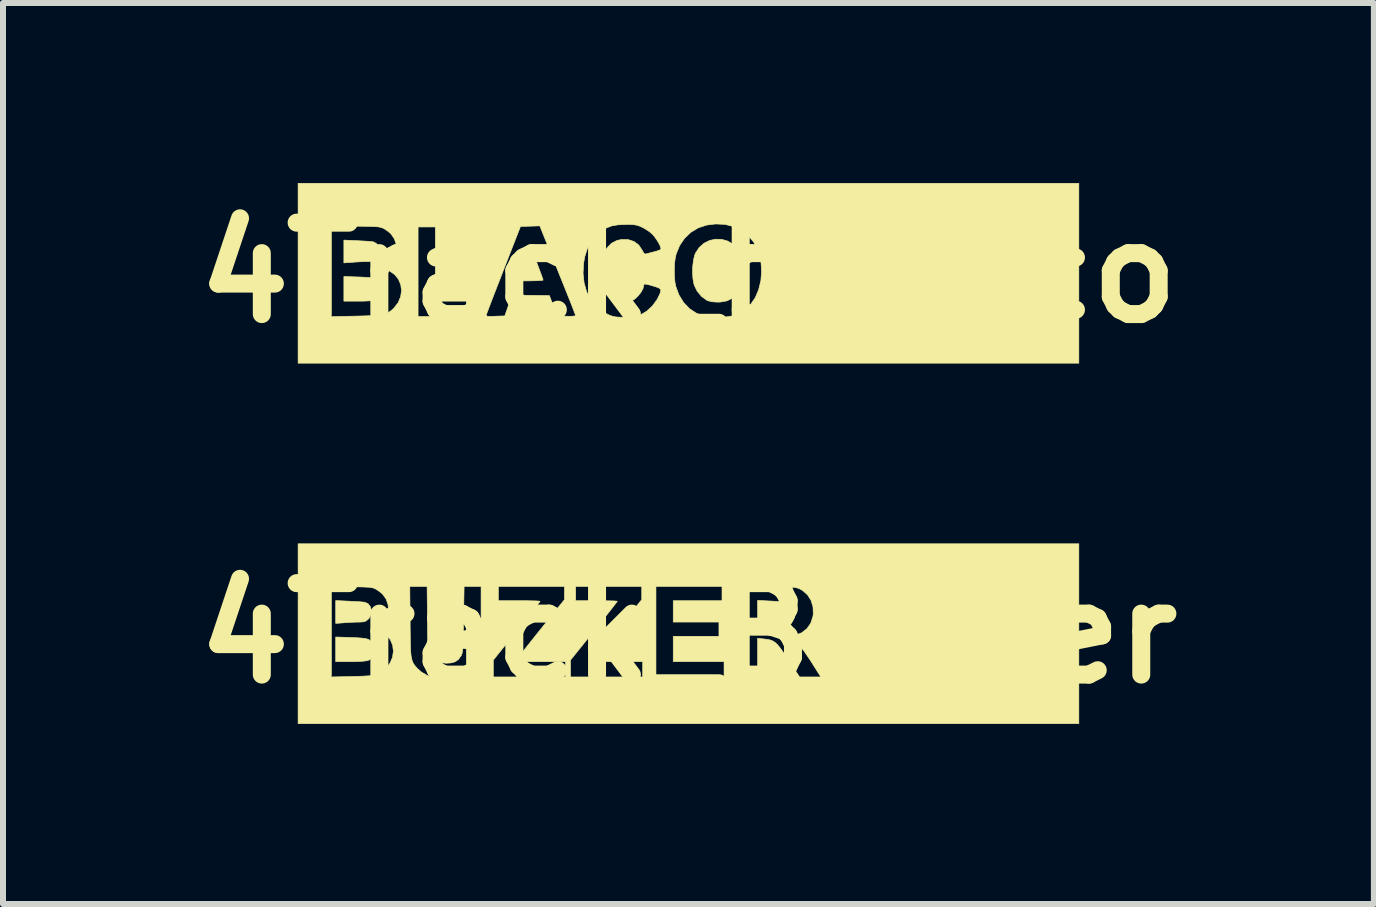
<source format=kicad_pcb>
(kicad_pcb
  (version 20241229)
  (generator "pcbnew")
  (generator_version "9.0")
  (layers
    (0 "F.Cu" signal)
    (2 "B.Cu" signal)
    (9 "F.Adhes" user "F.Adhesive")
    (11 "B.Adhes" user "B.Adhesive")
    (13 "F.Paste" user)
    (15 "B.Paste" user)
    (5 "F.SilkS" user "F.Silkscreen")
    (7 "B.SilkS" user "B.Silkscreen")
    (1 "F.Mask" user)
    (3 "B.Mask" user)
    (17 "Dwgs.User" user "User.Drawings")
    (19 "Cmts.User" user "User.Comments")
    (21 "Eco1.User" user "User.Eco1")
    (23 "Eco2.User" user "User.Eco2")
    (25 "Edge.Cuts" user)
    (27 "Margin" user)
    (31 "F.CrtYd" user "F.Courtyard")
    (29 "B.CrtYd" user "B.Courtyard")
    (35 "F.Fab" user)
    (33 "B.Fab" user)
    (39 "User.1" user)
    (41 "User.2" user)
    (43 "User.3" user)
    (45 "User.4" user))
  (footprint "4Track_Buzzer"
    (layer "F.Cu")
    (at 8.426 7.505)
    (property "Reference" "4Track_Buzzer" (at 0 0 0) (layer "F.SilkS") (effects (font (size 1.524 1.524) (thickness 0.3))))
    (attr through_hole)
    (fp_poly (pts (xy -5.63 0.071) (xy -5.52 0.076) (xy -5.438 0.082) (xy -5.38 0.09) (xy -5.34 0.101) (xy -5.325 0.108) (xy -5.268 0.153) (xy -5.234 0.214) (xy -5.223 0.281) (xy -5.234 0.347) (xy -5.267 0.404) (xy -5.322 0.446) (xy -5.35 0.457) (xy -5.391 0.463) (xy -5.457 0.469) (xy -5.54 0.473) (xy -5.631 0.474) (xy -5.647 0.474) (xy -5.88 0.474) (xy -5.88 0.063) (xy -5.63 0.071)) (stroke (width 0.01) (type solid)) (fill yes) (layer "F.SilkS"))
    (fp_poly (pts (xy 1.394 -0.535) (xy 1.485 -0.53) (xy 1.567 -0.523) (xy 1.634 -0.515) (xy 1.676 -0.507) (xy 1.683 -0.505) (xy 1.733 -0.469) (xy 1.766 -0.411) (xy 1.779 -0.341) (xy 1.768 -0.269) (xy 1.76 -0.247) (xy 1.74 -0.211) (xy 1.713 -0.185) (xy 1.675 -0.167) (xy 1.62 -0.154) (xy 1.544 -0.146) (xy 1.439 -0.14) (xy 1.403 -0.139) (xy 1.152 -0.131) (xy 1.152 -0.547) (xy 1.394 -0.535)) (stroke (width 0.01) (type solid)) (fill yes) (layer "F.SilkS"))
    (fp_poly (pts (xy -5.655 -0.534) (xy -5.568 -0.529) (xy -5.491 -0.525) (xy -5.431 -0.52) (xy -5.396 -0.516) (xy -5.393 -0.516) (xy -5.339 -0.489) (xy -5.302 -0.442) (xy -5.286 -0.381) (xy -5.291 -0.317) (xy -5.319 -0.256) (xy -5.336 -0.236) (xy -5.372 -0.206) (xy -5.408 -0.191) (xy -5.461 -0.187) (xy -5.478 -0.186) (xy -5.538 -0.185) (xy -5.618 -0.182) (xy -5.702 -0.177) (xy -5.725 -0.175) (xy -5.88 -0.164) (xy -5.88 -0.544) (xy -5.655 -0.534)) (stroke (width 0.01) (type solid)) (fill yes) (layer "F.SilkS"))
    (fp_poly (pts (xy 6.507 1.508) (xy -6.507 1.508) (xy -6.507 0.733) (xy -6.168 0.733) (xy -5.715 0.724) (xy -5.548 0.72) (xy -5.414 0.715) (xy -5.311 0.709) (xy -5.239 0.702) (xy -5.195 0.693) (xy -5.194 0.693) (xy -5.145 0.668) (xy -5.088 0.628) (xy -5.046 0.591) (xy -4.976 0.5) (xy -4.933 0.401) (xy -4.919 0.299) (xy -4.931 0.199) (xy -4.971 0.107) (xy -5.036 0.028) (xy -5.122 -0.031) (xy -5.202 -0.071) (xy -5.137 -0.119) (xy -5.066 -0.189) (xy -5.021 -0.276) (xy -5.001 -0.373) (xy -5.007 -0.472) (xy -5.039 -0.568) (xy -5.097 -0.65) (xy -5.143 -0.689) (xy -5.198 -0.727) (xy -5.21 -0.734) (xy -5.233 -0.746) (xy -5.257 -0.754) (xy -5.287 -0.761) (xy -5.327 -0.766) (xy -5.383 -0.769) (xy -5.458 -0.772) (xy -5.556 -0.774) (xy -5.683 -0.776) (xy -5.723 -0.776) (xy -5.965 -0.779) (xy -4.645 -0.779) (xy -4.64 -0.191) (xy -4.638 -0.025) (xy -4.636 0.11) (xy -4.634 0.218) (xy -4.63 0.304) (xy -4.624 0.372) (xy -4.615 0.424) (xy -4.603 0.465) (xy -4.588 0.499) (xy -4.569 0.529) (xy -4.544 0.559) (xy -4.524 0.583) (xy -4.449 0.649) (xy -4.353 0.704) (xy -4.287 0.731) (xy -4.254 0.735) (xy -4.196 0.739) (xy -4.119 0.741) (xy -4.033 0.74) (xy -4.024 0.74) (xy -3.93 0.738) (xy -3.862 0.734) (xy -3.812 0.727) (xy -3.773 0.717) (xy -3.737 0.701) (xy -3.728 0.697) (xy -3.628 0.633) (xy -3.556 0.557) (xy -3.506 0.463) (xy -3.503 0.448) (xy -3.253 0.448) (xy -3.253 0.729) (xy -2.05 0.729) (xy -2.05 0.474) (xy -2.465 0.474) (xy -2.58 0.474) (xy -2.682 0.473) (xy -2.768 0.471) (xy -2.833 0.468) (xy -2.871 0.466) (xy -2.881 0.463) (xy -2.87 0.448) (xy -1.966 0.448) (xy -1.966 0.729) (xy -0.763 0.729) (xy -0.763 0.474) (xy -1.178 0.474) (xy -1.292 0.474) (xy -1.395 0.473) (xy -1.48 0.471) (xy -1.545 0.468) (xy -1.584 0.466) (xy -1.593 0.463) (xy -1.583 0.448) (xy -1.553 0.409) (xy -1.507 0.35) (xy -1.447 0.273) (xy -1.375 0.182) (xy -1.293 0.079) (xy -1.203 -0.033) (xy -1.186 -0.054) (xy -0.779 -0.56) (xy -0.779 -0.779) (xy -0.542 -0.779) (xy -0.542 0.729) (xy 0.593 0.729) (xy 0.864 0.729) (xy 1.152 0.729) (xy 1.152 0.085) (xy 1.258 0.096) (xy 1.317 0.103) (xy 1.365 0.113) (xy 1.407 0.13) (xy 1.447 0.156) (xy 1.488 0.196) (xy 1.534 0.253) (xy 1.589 0.33) (xy 1.656 0.43) (xy 1.698 0.495) (xy 1.852 0.729) (xy 2.207 0.729) (xy 2.182 0.69) (xy 2.164 0.663) (xy 2.133 0.613) (xy 2.091 0.547) (xy 2.043 0.471) (xy 2.027 0.446) (xy 1.935 0.31) (xy 1.852 0.205) (xy 1.796 0.148) (xy 1.695 0.057) (xy 1.777 0.036) (xy 1.888 -0.008) (xy 1.975 -0.076) (xy 2.038 -0.167) (xy 2.074 -0.277) (xy 2.08 -0.32) (xy 2.076 -0.439) (xy 2.043 -0.547) (xy 1.985 -0.639) (xy 1.904 -0.711) (xy 1.867 -0.732) (xy 1.842 -0.744) (xy 1.817 -0.753) (xy 1.787 -0.76) (xy 1.748 -0.765) (xy 1.695 -0.769) (xy 1.625 -0.772) (xy 1.532 -0.774) (xy 1.413 -0.776) (xy 1.326 -0.777) (xy 0.864 -0.782) (xy 0.864 0.729) (xy 0.593 0.729) (xy 0.593 0.474) (xy -0.254 0.474) (xy -0.254 0.051) (xy 0.508 0.051) (xy 0.508 -0.186) (xy -0.254 -0.186) (xy -0.254 -0.542) (xy 0.559 -0.542) (xy 0.559 -0.779) (xy -0.542 -0.779) (xy -0.779 -0.779) (xy -1.881 -0.779) (xy -1.881 -0.542) (xy -1.533 -0.542) (xy -1.429 -0.542) (xy -1.337 -0.54) (xy -1.263 -0.539) (xy -1.211 -0.536) (xy -1.187 -0.533) (xy -1.186 -0.532) (xy -1.196 -0.517) (xy -1.226 -0.479) (xy -1.271 -0.42) (xy -1.331 -0.344) (xy -1.403 -0.253) (xy -1.484 -0.151) (xy -1.573 -0.041) (xy -1.576 -0.037) (xy -1.966 0.448) (xy -2.87 0.448) (xy -2.87 0.448) (xy -2.841 0.409) (xy -2.795 0.35) (xy -2.735 0.273) (xy -2.662 0.182) (xy -2.58 0.079) (xy -2.491 -0.033) (xy -2.474 -0.054) (xy -2.067 -0.56) (xy -2.067 -0.779) (xy -3.169 -0.779) (xy -3.169 -0.542) (xy -2.821 -0.542) (xy -2.717 -0.542) (xy -2.625 -0.54) (xy -2.551 -0.539) (xy -2.499 -0.536) (xy -2.475 -0.533) (xy -2.474 -0.532) (xy -2.484 -0.517) (xy -2.513 -0.479) (xy -2.559 -0.42) (xy -2.619 -0.344) (xy -2.691 -0.253) (xy -2.772 -0.151) (xy -2.861 -0.041) (xy -2.864 -0.037) (xy -3.253 0.448) (xy -3.503 0.448) (xy -3.476 0.344) (xy -3.474 0.337) (xy -3.47 0.292) (xy -3.466 0.219) (xy -3.462 0.122) (xy -3.46 0.008) (xy -3.458 -0.118) (xy -3.457 -0.251) (xy -3.457 -0.275) (xy -3.457 -0.779) (xy -3.74 -0.779) (xy -3.749 -0.23) (xy -3.751 -0.077) (xy -3.754 0.046) (xy -3.757 0.142) (xy -3.76 0.216) (xy -3.764 0.271) (xy -3.769 0.311) (xy -3.775 0.34) (xy -3.782 0.36) (xy -3.789 0.374) (xy -3.834 0.437) (xy -3.887 0.475) (xy -3.957 0.495) (xy -4.038 0.5) (xy -4.142 0.491) (xy -4.221 0.464) (xy -4.28 0.416) (xy -4.312 0.372) (xy -4.321 0.354) (xy -4.329 0.334) (xy -4.335 0.307) (xy -4.34 0.27) (xy -4.343 0.219) (xy -4.346 0.151) (xy -4.348 0.061) (xy -4.35 -0.055) (xy -4.351 -0.2) (xy -4.351 -0.233) (xy -4.357 -0.779) (xy -4.645 -0.779) (xy -5.965 -0.779) (xy -6.168 -0.782) (xy -6.168 0.733) (xy -6.507 0.733) (xy -6.507 -1.491) (xy 6.507 -1.491) (xy 6.507 1.508)) (stroke (width 0.01) (type solid)) (fill yes) (layer "F.SilkS")))
  (footprint "4Track_blanco"
    (layer "F.Cu")
    (at 8.426 1.496)
    (property "Reference" "4Track_blanco" (at 0 0 0) (layer "F.SilkS") (effects (font (size 1.524 1.524) (thickness 0.3))))
    (attr through_hole)
    (fp_poly (pts (xy -5.494 0.071) (xy -5.384 0.076) (xy -5.303 0.082) (xy -5.245 0.09) (xy -5.204 0.101) (xy -5.19 0.108) (xy -5.132 0.153) (xy -5.098 0.214) (xy -5.087 0.281) (xy -5.099 0.347) (xy -5.132 0.404) (xy -5.186 0.446) (xy -5.215 0.457) (xy -5.255 0.463) (xy -5.321 0.469) (xy -5.404 0.473) (xy -5.495 0.474) (xy -5.511 0.474) (xy -5.744 0.474) (xy -5.744 0.063) (xy -5.494 0.071)) (stroke (width 0.01) (type solid)) (fill yes) (layer "F.SilkS"))
    (fp_poly (pts (xy -5.52 -0.534) (xy -5.433 -0.529) (xy -5.355 -0.525) (xy -5.295 -0.52) (xy -5.26 -0.516) (xy -5.258 -0.516) (xy -5.203 -0.489) (xy -5.167 -0.442) (xy -5.15 -0.381) (xy -5.155 -0.317) (xy -5.183 -0.256) (xy -5.201 -0.236) (xy -5.236 -0.206) (xy -5.273 -0.191) (xy -5.325 -0.187) (xy -5.342 -0.186) (xy -5.403 -0.185) (xy -5.483 -0.182) (xy -5.567 -0.177) (xy -5.589 -0.175) (xy -5.744 -0.164) (xy -5.744 -0.544) (xy -5.52 -0.534)) (stroke (width 0.01) (type solid)) (fill yes) (layer "F.SilkS"))
    (fp_poly (pts (xy -2.635 -0.412) (xy -2.615 -0.376) (xy -2.587 -0.313) (xy -2.551 -0.224) (xy -2.528 -0.166) (xy -2.494 -0.075) (xy -2.464 0.004) (xy -2.441 0.068) (xy -2.427 0.109) (xy -2.423 0.123) (xy -2.439 0.127) (xy -2.48 0.13) (xy -2.54 0.133) (xy -2.611 0.135) (xy -2.683 0.136) (xy -2.751 0.136) (xy -2.806 0.134) (xy -2.84 0.132) (xy -2.847 0.129) (xy -2.841 0.111) (xy -2.826 0.067) (xy -2.804 0.004) (xy -2.777 -0.071) (xy -2.747 -0.152) (xy -2.717 -0.232) (xy -2.69 -0.305) (xy -2.667 -0.365) (xy -2.651 -0.406) (xy -2.646 -0.419) (xy -2.635 -0.412)) (stroke (width 0.01) (type solid)) (fill yes) (layer "F.SilkS"))
    (fp_poly (pts (xy 0.554 -0.556) (xy 0.653 -0.528) (xy 0.742 -0.476) (xy 0.817 -0.4) (xy 0.866 -0.318) (xy 0.884 -0.273) (xy 0.896 -0.23) (xy 0.902 -0.177) (xy 0.906 -0.108) (xy 0.906 -0.034) (xy 0.905 0.056) (xy 0.902 0.121) (xy 0.894 0.17) (xy 0.882 0.212) (xy 0.867 0.246) (xy 0.807 0.349) (xy 0.733 0.423) (xy 0.642 0.469) (xy 0.531 0.489) (xy 0.483 0.49) (xy 0.391 0.484) (xy 0.323 0.467) (xy 0.304 0.458) (xy 0.218 0.395) (xy 0.146 0.309) (xy 0.097 0.209) (xy 0.092 0.193) (xy 0.075 0.104) (xy 0.068 -0.000344) (xy 0.071 -0.109) (xy 0.084 -0.212) (xy 0.105 -0.298) (xy 0.117 -0.327) (xy 0.18 -0.422) (xy 0.26 -0.492) (xy 0.353 -0.538) (xy 0.453 -0.559) (xy 0.554 -0.556)) (stroke (width 0.01) (type solid)) (fill yes) (layer "F.SilkS"))
    (fp_poly (pts (xy 6.507 1.508) (xy -6.507 1.508) (xy -6.507 0.733) (xy -6.032 0.733) (xy -5.579 0.724) (xy -5.412 0.72) (xy -5.278 0.715) (xy -5.176 0.709) (xy -5.103 0.702) (xy -5.06 0.693) (xy -5.058 0.693) (xy -5.009 0.668) (xy -4.952 0.628) (xy -4.911 0.591) (xy -4.84 0.5) (xy -4.798 0.401) (xy -4.783 0.299) (xy -4.796 0.199) (xy -4.835 0.107) (xy -4.9 0.028) (xy -4.987 -0.031) (xy -5.067 -0.071) (xy -5.001 -0.119) (xy -4.931 -0.189) (xy -4.885 -0.276) (xy -4.865 -0.373) (xy -4.871 -0.472) (xy -4.904 -0.568) (xy -4.961 -0.65) (xy -5.007 -0.689) (xy -5.062 -0.727) (xy -5.075 -0.734) (xy -5.097 -0.746) (xy -5.121 -0.754) (xy -5.151 -0.761) (xy -5.165 -0.763) (xy -4.507 -0.763) (xy -4.507 0.729) (xy -3.457 0.729) (xy -3.457 0.709) (xy -3.369 0.709) (xy -3.365 0.72) (xy -3.346 0.726) (xy -3.306 0.727) (xy -3.24 0.726) (xy -3.219 0.725) (xy -3.062 0.72) (xy -3.001 0.546) (xy -2.94 0.372) (xy -2.629 0.377) (xy -2.318 0.381) (xy -2.254 0.551) (xy -2.191 0.72) (xy -2.036 0.725) (xy -1.968 0.726) (xy -1.915 0.723) (xy -1.885 0.718) (xy -1.881 0.715) (xy -1.887 0.696) (xy -1.905 0.65) (xy -1.932 0.579) (xy -1.968 0.487) (xy -2.012 0.377) (xy -2.062 0.252) (xy -2.116 0.117) (xy -2.137 0.066) (xy -2.161 0.007) (xy -1.757 0.007) (xy -1.74 0.167) (xy -1.698 0.315) (xy -1.633 0.446) (xy -1.545 0.558) (xy -1.437 0.647) (xy -1.31 0.711) (xy -1.247 0.731) (xy -1.182 0.74) (xy -1.096 0.742) (xy -1.002 0.738) (xy -0.91 0.727) (xy -0.833 0.712) (xy -0.793 0.699) (xy -0.692 0.638) (xy -0.6 0.552) (xy -0.525 0.449) (xy -0.509 0.419) (xy -0.476 0.35) (xy -0.461 0.303) (xy -0.468 0.273) (xy -0.499 0.251) (xy -0.556 0.231) (xy -0.583 0.223) (xy -0.657 0.202) (xy -0.704 0.191) (xy -0.731 0.189) (xy -0.743 0.196) (xy -0.746 0.212) (xy -0.746 0.212) (xy -0.759 0.267) (xy -0.794 0.33) (xy -0.844 0.391) (xy -0.901 0.443) (xy -0.954 0.473) (xy -1.03 0.489) (xy -1.116 0.489) (xy -1.198 0.473) (xy -1.233 0.459) (xy -1.309 0.409) (xy -1.366 0.344) (xy -1.407 0.26) (xy -1.435 0.15) (xy -1.444 0.093) (xy -1.454 -0.057) (xy -0.236 -0.057) (xy -0.234 0.056) (xy -0.225 0.159) (xy -0.212 0.226) (xy -0.159 0.37) (xy -0.082 0.495) (xy 0.017 0.599) (xy 0.134 0.676) (xy 0.253 0.722) (xy 0.333 0.736) (xy 0.433 0.743) (xy 0.539 0.743) (xy 0.64 0.735) (xy 0.722 0.721) (xy 0.73 0.719) (xy 0.84 0.675) (xy 0.944 0.611) (xy 1.028 0.537) (xy 1.033 0.532) (xy 1.112 0.418) (xy 1.17 0.282) (xy 1.207 0.131) (xy 1.219 -0.03) (xy 1.207 -0.195) (xy 1.202 -0.228) (xy 1.158 -0.378) (xy 1.088 -0.509) (xy 0.995 -0.619) (xy 0.882 -0.707) (xy 0.752 -0.769) (xy 0.607 -0.806) (xy 0.451 -0.813) (xy 0.302 -0.794) (xy 0.163 -0.748) (xy 0.04 -0.674) (xy -0.064 -0.575) (xy -0.147 -0.454) (xy -0.204 -0.315) (xy -0.218 -0.258) (xy -0.231 -0.166) (xy -0.236 -0.057) (xy -1.454 -0.057) (xy -1.455 -0.063) (xy -1.443 -0.202) (xy -1.41 -0.32) (xy -1.356 -0.417) (xy -1.284 -0.49) (xy -1.194 -0.537) (xy -1.116 -0.554) (xy -1.003 -0.552) (xy -0.908 -0.521) (xy -0.83 -0.463) (xy -0.774 -0.379) (xy -0.771 -0.374) (xy -0.745 -0.327) (xy -0.72 -0.312) (xy -0.713 -0.312) (xy -0.684 -0.32) (xy -0.632 -0.334) (xy -0.572 -0.349) (xy -0.515 -0.365) (xy -0.474 -0.382) (xy -0.458 -0.396) (xy -0.458 -0.397) (xy -0.468 -0.437) (xy -0.494 -0.492) (xy -0.532 -0.553) (xy -0.574 -0.611) (xy -0.613 -0.653) (xy -0.669 -0.697) (xy -0.738 -0.74) (xy -0.777 -0.76) (xy -0.825 -0.781) (xy -0.869 -0.794) (xy -0.919 -0.801) (xy -0.985 -0.804) (xy -1.051 -0.804) (xy -1.179 -0.798) (xy -1.285 -0.779) (xy -1.375 -0.743) (xy -1.46 -0.688) (xy -1.523 -0.635) (xy -1.615 -0.531) (xy -1.683 -0.409) (xy -1.729 -0.266) (xy -1.747 -0.165) (xy -1.757 0.007) (xy -2.161 0.007) (xy -2.194 -0.077) (xy -2.25 -0.214) (xy -2.301 -0.341) (xy -2.346 -0.454) (xy -2.385 -0.549) (xy -2.414 -0.621) (xy -2.433 -0.667) (xy -2.435 -0.674) (xy -2.478 -0.781) (xy -2.639 -0.776) (xy -2.8 -0.771) (xy -3.078 -0.059) (xy -3.135 0.089) (xy -3.189 0.228) (xy -3.239 0.356) (xy -3.282 0.467) (xy -3.317 0.56) (xy -3.344 0.631) (xy -3.361 0.676) (xy -3.366 0.691) (xy -3.369 0.709) (xy -3.457 0.709) (xy -3.457 0.474) (xy -4.219 0.474) (xy -4.219 -0.763) (xy -4.507 -0.763) (xy -5.165 -0.763) (xy -5.192 -0.766) (xy -5.247 -0.769) (xy -5.322 -0.772) (xy -5.421 -0.774) (xy -5.547 -0.776) (xy -5.587 -0.776) (xy -6.032 -0.782) (xy -6.032 0.733) (xy -6.507 0.733) (xy -6.507 -1.491) (xy 6.507 -1.491) (xy 6.507 1.508)) (stroke (width 0.01) (type solid)) (fill yes) (layer "F.SilkS")))
  (gr_rect
    (start -3 -3)
    (end 19.851 12.018)
    (stroke (width 0.1) (type default))
    (fill no)
    (layer "Edge.Cuts")))
</source>
